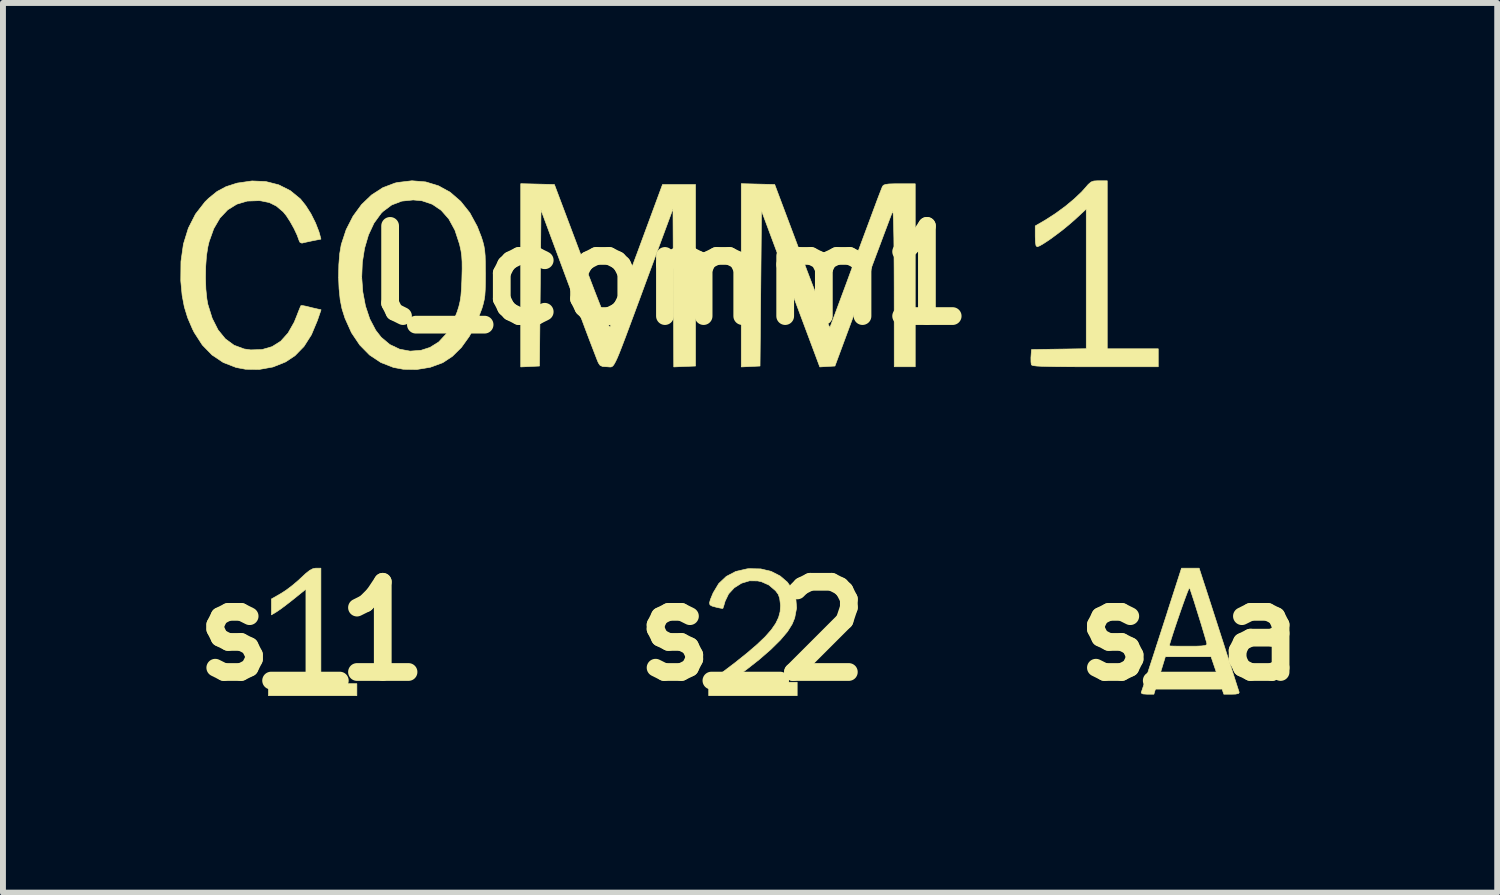
<source format=kicad_pcb>
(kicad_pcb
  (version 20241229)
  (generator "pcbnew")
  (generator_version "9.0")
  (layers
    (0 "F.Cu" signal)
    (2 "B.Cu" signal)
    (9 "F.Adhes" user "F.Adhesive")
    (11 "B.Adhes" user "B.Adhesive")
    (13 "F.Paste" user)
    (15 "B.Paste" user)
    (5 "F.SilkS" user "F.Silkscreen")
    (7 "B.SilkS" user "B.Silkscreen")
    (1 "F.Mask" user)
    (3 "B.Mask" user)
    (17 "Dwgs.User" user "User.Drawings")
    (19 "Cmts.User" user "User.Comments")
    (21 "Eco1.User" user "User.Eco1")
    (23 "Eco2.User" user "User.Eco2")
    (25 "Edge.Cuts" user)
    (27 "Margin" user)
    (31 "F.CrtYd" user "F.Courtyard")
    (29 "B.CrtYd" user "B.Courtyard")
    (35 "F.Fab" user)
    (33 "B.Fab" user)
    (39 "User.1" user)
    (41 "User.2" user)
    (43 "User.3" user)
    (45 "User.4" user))
  (footprint "s_2"
    (layer "F.Cu")
    (at 9.662 7.617)
    (property "Reference" "s_2" (at 0 0 0) (layer "F.SilkS") (effects (font (size 1.524 1.524) (thickness 0.3))))
    (attr through_hole)
    (fp_poly (pts (xy 0.144 -1.053) (xy 0.32 -1.011) (xy 0.471 -0.934) (xy 0.594 -0.829) (xy 0.683 -0.701) (xy 0.737 -0.554) (xy 0.75 -0.393) (xy 0.718 -0.224) (xy 0.676 -0.121) (xy 0.597 0.006) (xy 0.475 0.15) (xy 0.314 0.309) (xy 0.117 0.48) (xy -0.079 0.634) (xy -0.382 0.862) (xy 0.76 0.862) (xy 0.76 1.09) (xy -0.735 1.09) (xy -0.735 0.979) (xy -0.733 0.927) (xy -0.723 0.887) (xy -0.697 0.849) (xy -0.648 0.805) (xy -0.567 0.742) (xy -0.539 0.721) (xy -0.291 0.533) (xy -0.085 0.368) (xy 0.085 0.222) (xy 0.22 0.093) (xy 0.323 -0.024) (xy 0.397 -0.131) (xy 0.446 -0.233) (xy 0.472 -0.332) (xy 0.478 -0.432) (xy 0.476 -0.46) (xy 0.464 -0.556) (xy 0.44 -0.623) (xy 0.396 -0.682) (xy 0.391 -0.687) (xy 0.282 -0.78) (xy 0.159 -0.835) (xy 0.093 -0.85) (xy -0.045 -0.852) (xy -0.181 -0.811) (xy -0.303 -0.734) (xy -0.399 -0.63) (xy -0.458 -0.507) (xy -0.478 -0.438) (xy -0.493 -0.393) (xy -0.496 -0.385) (xy -0.521 -0.387) (xy -0.579 -0.398) (xy -0.619 -0.408) (xy -0.68 -0.425) (xy -0.714 -0.445) (xy -0.722 -0.479) (xy -0.706 -0.537) (xy -0.668 -0.629) (xy -0.66 -0.648) (xy -0.566 -0.805) (xy -0.438 -0.926) (xy -0.278 -1.01) (xy -0.086 -1.054) (xy -0.052 -1.057) (xy 0.144 -1.053)) (stroke (width 0.01) (type solid)) (fill yes) (layer "F.SilkS")))
  (footprint "l_comm1"
    (layer "F.Cu")
    (at 8.26 1.602)
    (property "Reference" "l_comm1" (at 0 0 0) (layer "F.SilkS") (effects (font (size 1.524 1.524) (thickness 0.3))))
    (attr through_hole)
    (fp_poly (pts (xy 7.402 1.242) (xy 8.264 1.242) (xy 8.264 1.546) (xy 7.198 1.546) (xy 6.932 1.546) (xy 6.712 1.545) (xy 6.534 1.544) (xy 6.394 1.541) (xy 6.288 1.538) (xy 6.212 1.534) (xy 6.162 1.528) (xy 6.132 1.521) (xy 6.12 1.512) (xy 6.119 1.511) (xy 6.113 1.465) (xy 6.112 1.393) (xy 6.114 1.365) (xy 6.122 1.255) (xy 7.047 1.241) (xy 7.047 -1.12) (xy 6.851 -0.938) (xy 6.755 -0.855) (xy 6.648 -0.767) (xy 6.536 -0.682) (xy 6.429 -0.604) (xy 6.334 -0.541) (xy 6.261 -0.498) (xy 6.218 -0.482) (xy 6.217 -0.482) (xy 6.198 -0.501) (xy 6.188 -0.561) (xy 6.185 -0.658) (xy 6.185 -0.834) (xy 6.362 -0.937) (xy 6.523 -1.041) (xy 6.688 -1.161) (xy 6.841 -1.288) (xy 6.969 -1.409) (xy 7.022 -1.468) (xy 7.082 -1.537) (xy 7.128 -1.576) (xy 7.174 -1.593) (xy 7.239 -1.597) (xy 7.267 -1.597) (xy 7.402 -1.597) (xy 7.402 1.242)) (stroke (width 0.01) (type solid)) (fill yes) (layer "F.SilkS"))
    (fp_poly (pts (xy -2.225 -1.541) (xy -1.941 -1.534) (xy -1.478 -0.304) (xy -1.361 0.005) (xy -1.261 0.267) (xy -1.177 0.482) (xy -1.109 0.65) (xy -1.058 0.771) (xy -1.023 0.846) (xy -1.004 0.876) (xy -1 0.875) (xy -0.989 0.841) (xy -0.961 0.765) (xy -0.92 0.651) (xy -0.866 0.504) (xy -0.801 0.328) (xy -0.728 0.129) (xy -0.648 -0.089) (xy -0.562 -0.321) (xy -0.549 -0.355) (xy -0.114 -1.534) (xy 0.444 -1.534) (xy 0.444 1.534) (xy 0.26 1.541) (xy 0.076 1.549) (xy 0.07 0.213) (xy 0.063 -1.123) (xy -0.391 0.104) (xy -0.501 0.403) (xy -0.595 0.657) (xy -0.675 0.872) (xy -0.741 1.049) (xy -0.796 1.193) (xy -0.84 1.306) (xy -0.876 1.393) (xy -0.906 1.457) (xy -0.93 1.501) (xy -0.95 1.529) (xy -0.969 1.544) (xy -0.986 1.55) (xy -1.005 1.55) (xy -1.027 1.548) (xy -1.05 1.546) (xy -1.125 1.542) (xy -1.168 1.523) (xy -1.197 1.482) (xy -1.199 1.477) (xy -1.215 1.44) (xy -1.246 1.36) (xy -1.291 1.243) (xy -1.349 1.092) (xy -1.417 0.912) (xy -1.493 0.708) (xy -1.577 0.485) (xy -1.665 0.248) (xy -1.701 0.152) (xy -2.167 -1.102) (xy -2.18 0.216) (xy -2.193 1.534) (xy -2.51 1.549) (xy -2.51 -1.548) (xy -2.225 -1.541)) (stroke (width 0.01) (type solid)) (fill yes) (layer "F.SilkS"))
    (fp_poly (pts (xy 1.5 -1.541) (xy 1.782 -1.534) (xy 2.241 -0.312) (xy 2.329 -0.077) (xy 2.413 0.142) (xy 2.49 0.341) (xy 2.558 0.515) (xy 2.616 0.66) (xy 2.663 0.772) (xy 2.695 0.846) (xy 2.713 0.879) (xy 2.715 0.88) (xy 2.727 0.851) (xy 2.754 0.778) (xy 2.796 0.668) (xy 2.849 0.525) (xy 2.913 0.352) (xy 2.986 0.156) (xy 3.065 -0.059) (xy 3.15 -0.289) (xy 3.155 -0.304) (xy 3.24 -0.535) (xy 3.321 -0.753) (xy 3.395 -0.952) (xy 3.46 -1.127) (xy 3.515 -1.275) (xy 3.559 -1.39) (xy 3.589 -1.467) (xy 3.603 -1.501) (xy 3.603 -1.502) (xy 3.621 -1.522) (xy 3.654 -1.535) (xy 3.712 -1.543) (xy 3.805 -1.546) (xy 3.892 -1.546) (xy 4.157 -1.546) (xy 4.157 1.546) (xy 3.802 1.546) (xy 3.801 0.209) (xy 3.8 -0.115) (xy 3.798 -0.394) (xy 3.796 -0.627) (xy 3.792 -0.812) (xy 3.788 -0.949) (xy 3.784 -1.038) (xy 3.778 -1.077) (xy 3.775 -1.077) (xy 3.761 -1.044) (xy 3.732 -0.969) (xy 3.689 -0.854) (xy 3.633 -0.706) (xy 3.567 -0.529) (xy 3.491 -0.327) (xy 3.408 -0.105) (xy 3.32 0.133) (xy 3.275 0.253) (xy 2.8 1.534) (xy 2.672 1.541) (xy 2.544 1.549) (xy 2.051 0.23) (xy 1.559 -1.09) (xy 1.534 1.534) (xy 1.217 1.549) (xy 1.217 -1.548) (xy 1.5 -1.541)) (stroke (width 0.01) (type solid)) (fill yes) (layer "F.SilkS"))
    (fp_poly (pts (xy -6.818 -1.584) (xy -6.601 -1.529) (xy -6.404 -1.43) (xy -6.232 -1.289) (xy -6.232 -1.289) (xy -6.144 -1.179) (xy -6.055 -1.039) (xy -5.978 -0.885) (xy -5.921 -0.738) (xy -5.911 -0.705) (xy -5.886 -0.611) (xy -6.029 -0.583) (xy -6.114 -0.565) (xy -6.18 -0.55) (xy -6.207 -0.543) (xy -6.239 -0.555) (xy -6.254 -0.584) (xy -6.288 -0.677) (xy -6.341 -0.79) (xy -6.406 -0.906) (xy -6.471 -1.007) (xy -6.525 -1.073) (xy -6.64 -1.17) (xy -6.759 -1.229) (xy -6.901 -1.258) (xy -6.934 -1.261) (xy -7.131 -1.254) (xy -7.307 -1.202) (xy -7.462 -1.106) (xy -7.593 -0.967) (xy -7.698 -0.787) (xy -7.776 -0.569) (xy -7.797 -0.481) (xy -7.821 -0.328) (xy -7.834 -0.146) (xy -7.837 0.046) (xy -7.831 0.234) (xy -7.814 0.399) (xy -7.798 0.49) (xy -7.724 0.727) (xy -7.625 0.923) (xy -7.502 1.074) (xy -7.355 1.182) (xy -7.185 1.245) (xy -7.074 1.261) (xy -6.881 1.255) (xy -6.712 1.206) (xy -6.566 1.114) (xy -6.442 0.976) (xy -6.338 0.793) (xy -6.297 0.692) (xy -6.264 0.607) (xy -6.238 0.543) (xy -6.224 0.512) (xy -6.224 0.512) (xy -6.197 0.512) (xy -6.139 0.523) (xy -6.118 0.528) (xy -6.035 0.549) (xy -5.96 0.566) (xy -5.952 0.568) (xy -5.884 0.583) (xy -5.946 0.764) (xy -6.047 1.005) (xy -6.173 1.203) (xy -6.324 1.358) (xy -6.483 1.464) (xy -6.698 1.55) (xy -6.928 1.591) (xy -7.161 1.588) (xy -7.32 1.558) (xy -7.537 1.474) (xy -7.727 1.347) (xy -7.891 1.178) (xy -8.028 0.966) (xy -8.058 0.906) (xy -8.139 0.717) (xy -8.195 0.534) (xy -8.232 0.34) (xy -8.253 0.116) (xy -8.255 0.089) (xy -8.252 -0.233) (xy -8.21 -0.528) (xy -8.127 -0.796) (xy -8.006 -1.034) (xy -7.846 -1.24) (xy -7.785 -1.3) (xy -7.642 -1.416) (xy -7.491 -1.497) (xy -7.312 -1.555) (xy -7.295 -1.559) (xy -7.051 -1.594) (xy -6.818 -1.584)) (stroke (width 0.01) (type solid)) (fill yes) (layer "F.SilkS"))
    (fp_poly (pts (xy -4.116 -1.578) (xy -3.9 -1.512) (xy -3.702 -1.403) (xy -3.525 -1.25) (xy -3.371 -1.057) (xy -3.245 -0.825) (xy -3.175 -0.646) (xy -3.149 -0.564) (xy -3.131 -0.492) (xy -3.119 -0.417) (xy -3.111 -0.328) (xy -3.108 -0.213) (xy -3.107 -0.06) (xy -3.106 -0.038) (xy -3.107 0.123) (xy -3.11 0.245) (xy -3.116 0.339) (xy -3.128 0.418) (xy -3.146 0.493) (xy -3.165 0.558) (xy -3.259 0.807) (xy -3.377 1.03) (xy -3.513 1.22) (xy -3.665 1.37) (xy -3.827 1.477) (xy -3.832 1.479) (xy -4.04 1.555) (xy -4.267 1.592) (xy -4.496 1.588) (xy -4.662 1.557) (xy -4.874 1.474) (xy -5.065 1.347) (xy -5.23 1.179) (xy -5.37 0.971) (xy -5.48 0.726) (xy -5.531 0.565) (xy -5.561 0.413) (xy -5.58 0.227) (xy -5.588 0.034) (xy -5.197 0.034) (xy -5.179 0.281) (xy -5.134 0.519) (xy -5.061 0.738) (xy -4.96 0.93) (xy -4.868 1.048) (xy -4.723 1.17) (xy -4.557 1.249) (xy -4.379 1.282) (xy -4.195 1.268) (xy -4.043 1.219) (xy -3.896 1.127) (xy -3.768 0.989) (xy -3.659 0.804) (xy -3.583 0.615) (xy -3.555 0.526) (xy -3.535 0.441) (xy -3.521 0.349) (xy -3.512 0.235) (xy -3.505 0.086) (xy -3.504 0.049) (xy -3.5 -0.108) (xy -3.501 -0.228) (xy -3.507 -0.325) (xy -3.519 -0.412) (xy -3.539 -0.503) (xy -3.546 -0.531) (xy -3.622 -0.762) (xy -3.725 -0.951) (xy -3.853 -1.097) (xy -4.004 -1.2) (xy -4.179 -1.259) (xy -4.327 -1.273) (xy -4.521 -1.253) (xy -4.691 -1.188) (xy -4.838 -1.078) (xy -4.869 -1.047) (xy -4.99 -0.881) (xy -5.083 -0.681) (xy -5.149 -0.456) (xy -5.187 -0.215) (xy -5.197 0.034) (xy -5.588 0.034) (xy -5.588 0.024) (xy -5.584 -0.179) (xy -5.569 -0.366) (xy -5.543 -0.519) (xy -5.46 -0.771) (xy -5.344 -0.998) (xy -5.2 -1.195) (xy -5.031 -1.357) (xy -4.841 -1.48) (xy -4.636 -1.558) (xy -4.593 -1.568) (xy -4.348 -1.597) (xy -4.116 -1.578)) (stroke (width 0.01) (type solid)) (fill yes) (layer "F.SilkS")))
  (footprint "s_1"
    (layer "F.Cu")
    (at 2.221 7.617)
    (property "Reference" "s_1" (at 0 0 0) (layer "F.SilkS") (effects (font (size 1.524 1.524) (thickness 0.3))))
    (attr through_hole)
    (fp_poly (pts (xy 0.152 0.887) (xy 0.76 0.887) (xy 0.76 1.09) (xy -0.735 1.09) (xy -0.735 0.887) (xy -0.101 0.887) (xy -0.101 -0.711) (xy -0.314 -0.539) (xy -0.411 -0.463) (xy -0.502 -0.394) (xy -0.574 -0.343) (xy -0.606 -0.322) (xy -0.684 -0.276) (xy -0.684 -0.41) (xy -0.684 -0.545) (xy -0.528 -0.634) (xy -0.436 -0.693) (xy -0.328 -0.775) (xy -0.223 -0.864) (xy -0.192 -0.894) (xy -0.102 -0.977) (xy -0.036 -1.029) (xy 0.016 -1.056) (xy 0.062 -1.065) (xy 0.07 -1.065) (xy 0.152 -1.065) (xy 0.152 0.887)) (stroke (width 0.01) (type solid)) (fill yes) (layer "F.SilkS")))
  (footprint "s_a"
    (layer "F.Cu")
    (at 17.067 7.617)
    (property "Reference" "s_a" (at 0 0 0) (layer "F.SilkS") (effects (font (size 1.524 1.524) (thickness 0.3))))
    (attr through_hole)
    (fp_poly (pts (xy 0.224 -0.83) (xy 0.251 -0.748) (xy 0.291 -0.625) (xy 0.341 -0.47) (xy 0.399 -0.29) (xy 0.462 -0.095) (xy 0.527 0.108) (xy 0.558 0.203) (xy 0.619 0.395) (xy 0.677 0.573) (xy 0.727 0.73) (xy 0.769 0.861) (xy 0.8 0.958) (xy 0.82 1.018) (xy 0.825 1.033) (xy 0.814 1.053) (xy 0.763 1.063) (xy 0.7 1.065) (xy 0.565 1.065) (xy 0.457 0.748) (xy 0.349 0.431) (xy -0.423 0.431) (xy -0.52 0.748) (xy -0.617 1.065) (xy -0.73 1.065) (xy -0.803 1.06) (xy -0.831 1.044) (xy -0.83 1.033) (xy -0.815 0.989) (xy -0.786 0.902) (xy -0.744 0.774) (xy -0.691 0.61) (xy -0.627 0.414) (xy -0.573 0.247) (xy -0.355 0.247) (xy -0.331 0.25) (xy -0.266 0.252) (xy -0.17 0.253) (xy -0.052 0.253) (xy -0.038 0.253) (xy 0.097 0.253) (xy 0.189 0.249) (xy 0.245 0.242) (xy 0.272 0.231) (xy 0.279 0.217) (xy 0.272 0.185) (xy 0.252 0.114) (xy 0.222 0.013) (xy 0.186 -0.108) (xy 0.145 -0.24) (xy 0.103 -0.374) (xy 0.064 -0.5) (xy 0.028 -0.61) (xy 0.000375 -0.693) (xy -0.015 -0.735) (xy -0.025 -0.72) (xy -0.048 -0.665) (xy -0.081 -0.578) (xy -0.121 -0.468) (xy -0.165 -0.343) (xy -0.21 -0.212) (xy -0.254 -0.083) (xy -0.293 0.036) (xy -0.325 0.136) (xy -0.347 0.209) (xy -0.355 0.247) (xy -0.355 0.247) (xy -0.573 0.247) (xy -0.555 0.191) (xy -0.475 -0.056) (xy -0.389 -0.322) (xy -0.381 -0.349) (xy -0.15 -1.065) (xy 0.148 -1.065) (xy 0.224 -0.83)) (stroke (width 0.01) (type solid)) (fill yes) (layer "F.SilkS")))
  (gr_rect
    (start -3 -3)
    (end 22.252 12.035)
    (stroke (width 0.1) (type default))
    (fill no)
    (layer "Edge.Cuts")))
</source>
